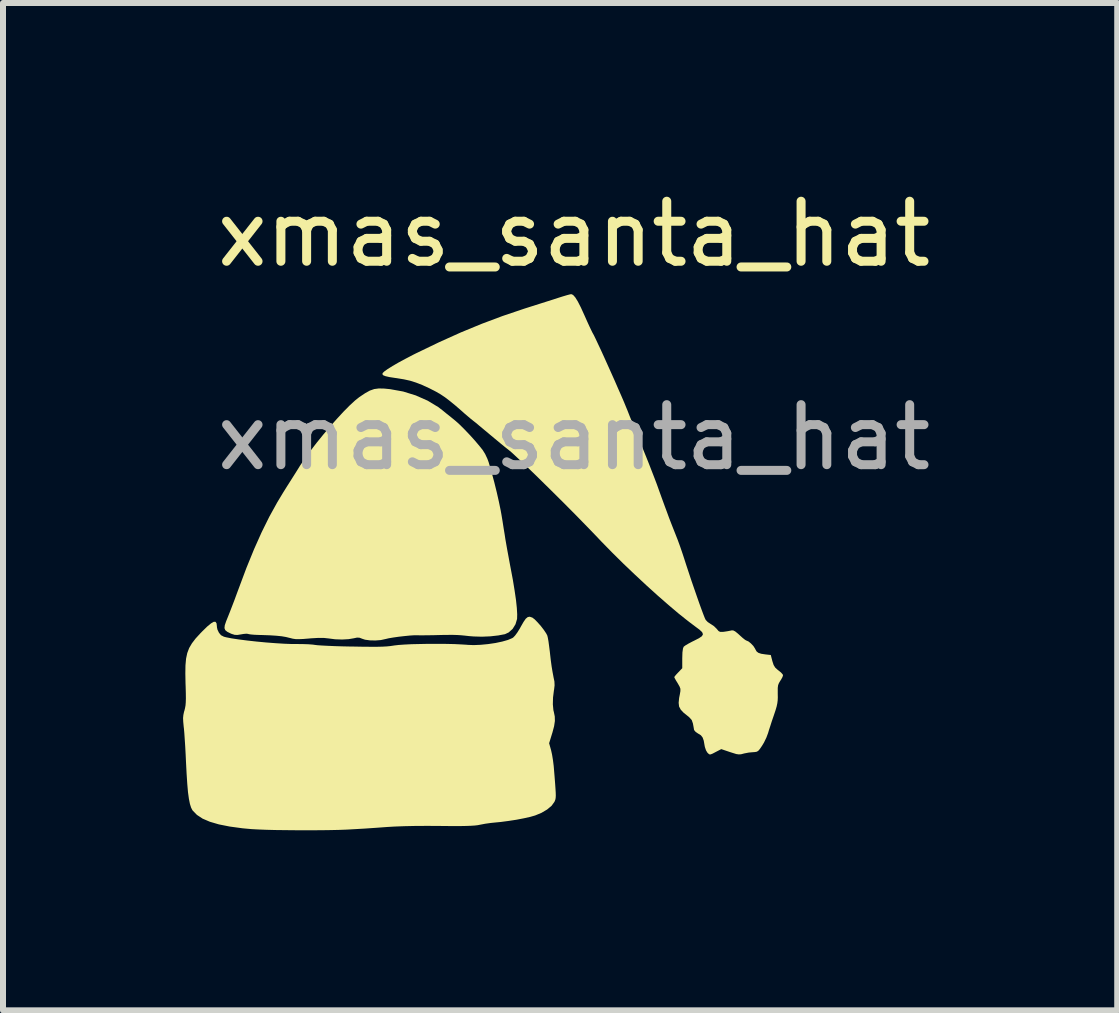
<source format=kicad_pcb>
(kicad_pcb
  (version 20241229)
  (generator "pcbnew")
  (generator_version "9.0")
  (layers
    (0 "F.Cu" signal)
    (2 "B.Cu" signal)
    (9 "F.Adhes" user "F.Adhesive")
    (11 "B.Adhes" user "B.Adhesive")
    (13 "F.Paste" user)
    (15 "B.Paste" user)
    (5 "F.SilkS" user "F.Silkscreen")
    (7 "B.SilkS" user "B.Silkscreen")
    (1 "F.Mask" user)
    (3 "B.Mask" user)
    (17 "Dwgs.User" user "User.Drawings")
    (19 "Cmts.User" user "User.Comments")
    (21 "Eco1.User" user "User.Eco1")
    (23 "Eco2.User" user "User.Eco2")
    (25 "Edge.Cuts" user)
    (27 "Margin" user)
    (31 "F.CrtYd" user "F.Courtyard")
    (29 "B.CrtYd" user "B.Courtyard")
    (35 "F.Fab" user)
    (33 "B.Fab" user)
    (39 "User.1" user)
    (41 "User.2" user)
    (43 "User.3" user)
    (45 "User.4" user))
  (footprint "xmas_santa_hat"
    (layer "F.Cu")
    (at 6.511 1.737)
    (property "Reference" "xmas_santa_hat" (at 0 -0.889 0) (unlocked yes) (layer "F.SilkS") (effects (font (size 1 1) (thickness 0.15))))
    (fp_poly (pts (xy -3.159 1.687) (xy -3.06 1.697) (xy -2.844 1.736) (xy -2.634 1.801) (xy -2.437 1.888) (xy -2.261 1.994) (xy -2.19 2.048) (xy -2.123 2.103) (xy -2.045 2.165) (xy -1.979 2.219) (xy -1.912 2.278) (xy -1.831 2.358) (xy -1.742 2.451) (xy -1.653 2.549) (xy -1.571 2.646) (xy -1.519 2.711) (xy -1.478 2.777) (xy -1.44 2.858) (xy -1.419 2.916) (xy -1.372 3.077) (xy -1.326 3.247) (xy -1.284 3.417) (xy -1.248 3.577) (xy -1.219 3.718) (xy -1.206 3.79) (xy -1.188 3.898) (xy -1.17 4.014) (xy -1.152 4.123) (xy -1.142 4.19) (xy -1.128 4.27) (xy -1.11 4.373) (xy -1.088 4.491) (xy -1.066 4.611) (xy -1.053 4.679) (xy -1.016 4.875) (xy -0.987 5.053) (xy -0.964 5.21) (xy -0.95 5.343) (xy -0.944 5.448) (xy -0.946 5.523) (xy -0.946 5.525) (xy -0.972 5.613) (xy -1.02 5.691) (xy -1.086 5.75) (xy -1.148 5.779) (xy -1.259 5.8) (xy -1.392 5.815) (xy -1.533 5.821) (xy -1.67 5.817) (xy -1.746 5.811) (xy -1.817 5.803) (xy -1.879 5.797) (xy -1.94 5.793) (xy -2.006 5.791) (xy -2.085 5.791) (xy -2.184 5.792) (xy -2.31 5.795) (xy -2.341 5.796) (xy -2.43 5.797) (xy -2.51 5.798) (xy -2.572 5.798) (xy -2.607 5.797) (xy -2.607 5.797) (xy -2.659 5.797) (xy -2.735 5.802) (xy -2.825 5.811) (xy -2.921 5.822) (xy -3.012 5.835) (xy -3.088 5.848) (xy -3.138 5.86) (xy -3.139 5.86) (xy -3.216 5.877) (xy -3.306 5.884) (xy -3.398 5.882) (xy -3.479 5.871) (xy -3.527 5.855) (xy -3.571 5.838) (xy -3.613 5.836) (xy -3.665 5.847) (xy -3.753 5.862) (xy -3.862 5.868) (xy -3.977 5.864) (xy -4.086 5.85) (xy -4.087 5.85) (xy -4.161 5.842) (xy -4.256 5.841) (xy -4.379 5.848) (xy -4.411 5.851) (xy -4.51 5.859) (xy -4.582 5.862) (xy -4.637 5.861) (xy -4.684 5.854) (xy -4.731 5.842) (xy -4.736 5.841) (xy -4.797 5.826) (xy -4.867 5.814) (xy -4.954 5.805) (xy -5.062 5.798) (xy -5.198 5.793) (xy -5.245 5.792) (xy -5.319 5.789) (xy -5.379 5.784) (xy -5.418 5.778) (xy -5.425 5.775) (xy -5.453 5.771) (xy -5.502 5.775) (xy -5.543 5.782) (xy -5.605 5.792) (xy -5.651 5.79) (xy -5.7 5.775) (xy -5.721 5.766) (xy -5.775 5.739) (xy -5.808 5.712) (xy -5.821 5.678) (xy -5.816 5.631) (xy -5.793 5.563) (xy -5.766 5.496) (xy -5.736 5.421) (xy -5.698 5.323) (xy -5.655 5.211) (xy -5.612 5.094) (xy -5.583 5.016) (xy -5.455 4.674) (xy -5.328 4.363) (xy -5.202 4.081) (xy -5.074 3.822) (xy -4.942 3.583) (xy -4.842 3.417) (xy -4.777 3.313) (xy -4.704 3.198) (xy -4.633 3.086) (xy -4.572 2.988) (xy -4.563 2.973) (xy -4.484 2.856) (xy -4.391 2.728) (xy -4.287 2.592) (xy -4.175 2.454) (xy -4.06 2.318) (xy -3.945 2.188) (xy -3.836 2.07) (xy -3.734 1.967) (xy -3.645 1.885) (xy -3.576 1.83) (xy -3.479 1.765) (xy -3.4 1.721) (xy -3.326 1.695) (xy -3.25 1.685)) (stroke (width 0) (type solid)) (fill yes) (layer "F.SilkS"))
    (fp_poly (pts (xy -0.697 5.501) (xy -0.691 5.503) (xy -0.653 5.532) (xy -0.604 5.582) (xy -0.55 5.643) (xy -0.5 5.708) (xy -0.461 5.766) (xy -0.442 5.803) (xy -0.434 5.837) (xy -0.423 5.898) (xy -0.412 5.98) (xy -0.4 6.074) (xy -0.396 6.112) (xy -0.384 6.216) (xy -0.37 6.319) (xy -0.355 6.409) (xy -0.342 6.477) (xy -0.34 6.49) (xy -0.324 6.566) (xy -0.321 6.63) (xy -0.329 6.7) (xy -0.332 6.714) (xy -0.347 6.834) (xy -0.35 6.948) (xy -0.341 7.045) (xy -0.333 7.077) (xy -0.318 7.15) (xy -0.316 7.225) (xy -0.329 7.312) (xy -0.358 7.421) (xy -0.362 7.433) (xy -0.412 7.596) (xy -0.379 7.714) (xy -0.363 7.786) (xy -0.348 7.878) (xy -0.336 7.974) (xy -0.333 8.009) (xy -0.321 8.154) (xy -0.312 8.269) (xy -0.306 8.357) (xy -0.302 8.422) (xy -0.301 8.47) (xy -0.303 8.504) (xy -0.307 8.53) (xy -0.314 8.55) (xy -0.323 8.571) (xy -0.326 8.576) (xy -0.371 8.638) (xy -0.445 8.7) (xy -0.54 8.756) (xy -0.644 8.799) (xy -0.727 8.823) (xy -0.835 8.847) (xy -0.96 8.871) (xy -1.091 8.891) (xy -1.219 8.908) (xy -1.293 8.915) (xy -1.382 8.924) (xy -1.475 8.937) (xy -1.554 8.952) (xy -1.56 8.953) (xy -1.6 8.961) (xy -1.65 8.967) (xy -1.712 8.971) (xy -1.791 8.974) (xy -1.892 8.976) (xy -2.018 8.976) (xy -2.174 8.975) (xy -2.234 8.974) (xy -2.443 8.973) (xy -2.642 8.974) (xy -2.824 8.978) (xy -2.984 8.984) (xy -3.105 8.991) (xy -3.31 9.006) (xy -3.486 9.018) (xy -3.642 9.027) (xy -3.783 9.035) (xy -3.918 9.04) (xy -4.054 9.043) (xy -4.197 9.045) (xy -4.356 9.046) (xy -4.536 9.046) (xy -4.593 9.046) (xy -4.799 9.044) (xy -4.975 9.042) (xy -5.125 9.038) (xy -5.254 9.033) (xy -5.367 9.027) (xy -5.468 9.018) (xy -5.521 9.013) (xy -5.734 8.984) (xy -5.915 8.948) (xy -6.065 8.904) (xy -6.186 8.852) (xy -6.28 8.79) (xy -6.349 8.719) (xy -6.355 8.712) (xy -6.377 8.669) (xy -6.397 8.606) (xy -6.414 8.52) (xy -6.429 8.41) (xy -6.441 8.272) (xy -6.452 8.103) (xy -6.462 7.911) (xy -6.468 7.781) (xy -6.475 7.651) (xy -6.483 7.531) (xy -6.49 7.427) (xy -6.497 7.347) (xy -6.5 7.325) (xy -6.508 7.24) (xy -6.511 7.177) (xy -6.506 7.126) (xy -6.495 7.073) (xy -6.488 7.051) (xy -6.478 7.01) (xy -6.47 6.966) (xy -6.466 6.915) (xy -6.464 6.85) (xy -6.465 6.764) (xy -6.468 6.651) (xy -6.47 6.598) (xy -6.473 6.434) (xy -6.471 6.299) (xy -6.461 6.187) (xy -6.441 6.093) (xy -6.409 6.009) (xy -6.363 5.931) (xy -6.302 5.851) (xy -6.223 5.765) (xy -6.19 5.731) (xy -6.108 5.651) (xy -6.045 5.599) (xy -6 5.573) (xy -5.97 5.573) (xy -5.953 5.599) (xy -5.947 5.65) (xy -5.947 5.661) (xy -5.938 5.703) (xy -5.915 5.751) (xy -5.913 5.755) (xy -5.879 5.796) (xy -5.831 5.821) (xy -5.793 5.831) (xy -5.701 5.849) (xy -5.581 5.867) (xy -5.44 5.885) (xy -5.287 5.902) (xy -5.128 5.917) (xy -4.972 5.929) (xy -4.827 5.938) (xy -4.698 5.943) (xy -4.606 5.943) (xy -4.514 5.944) (xy -4.423 5.947) (xy -4.347 5.953) (xy -4.313 5.958) (xy -4.27 5.963) (xy -4.197 5.968) (xy -4.1 5.973) (xy -3.983 5.978) (xy -3.853 5.982) (xy -3.715 5.985) (xy -3.682 5.985) (xy -3.518 5.988) (xy -3.385 5.989) (xy -3.277 5.989) (xy -3.19 5.987) (xy -3.118 5.983) (xy -3.058 5.977) (xy -3.003 5.969) (xy -2.991 5.967) (xy -2.922 5.959) (xy -2.824 5.952) (xy -2.704 5.946) (xy -2.567 5.943) (xy -2.421 5.94) (xy -2.272 5.94) (xy -2.126 5.941) (xy -1.99 5.944) (xy -1.871 5.95) (xy -1.774 5.956) (xy -1.773 5.957) (xy -1.669 5.961) (xy -1.552 5.956) (xy -1.428 5.944) (xy -1.306 5.926) (xy -1.193 5.902) (xy -1.098 5.875) (xy -1.027 5.845) (xy -1.01 5.834) (xy -0.98 5.803) (xy -0.941 5.75) (xy -0.9 5.684) (xy -0.885 5.656) (xy -0.838 5.574) (xy -0.801 5.521) (xy -0.768 5.494) (xy -0.735 5.488)) (stroke (width 0) (type solid)) (fill yes) (layer "F.SilkS"))
    (fp_poly (pts (xy -0.013 0.127) (xy 0.023 0.167) (xy 0.066 0.236) (xy 0.117 0.336) (xy 0.177 0.468) (xy 0.182 0.479) (xy 0.222 0.569) (xy 0.259 0.65) (xy 0.29 0.715) (xy 0.311 0.758) (xy 0.317 0.768) (xy 0.334 0.799) (xy 0.363 0.859) (xy 0.402 0.942) (xy 0.45 1.044) (xy 0.503 1.16) (xy 0.56 1.287) (xy 0.619 1.418) (xy 0.678 1.55) (xy 0.734 1.679) (xy 0.787 1.799) (xy 0.833 1.906) (xy 0.87 1.996) (xy 0.896 2.059) (xy 0.93 2.146) (xy 0.975 2.257) (xy 1.026 2.383) (xy 1.079 2.516) (xy 1.132 2.646) (xy 1.146 2.68) (xy 1.198 2.808) (xy 1.251 2.94) (xy 1.301 3.069) (xy 1.346 3.185) (xy 1.382 3.28) (xy 1.39 3.302) (xy 1.429 3.411) (xy 1.472 3.53) (xy 1.514 3.645) (xy 1.546 3.731) (xy 1.584 3.835) (xy 1.628 3.949) (xy 1.671 4.058) (xy 1.692 4.111) (xy 1.729 4.205) (xy 1.77 4.317) (xy 1.809 4.431) (xy 1.834 4.507) (xy 1.873 4.628) (xy 1.916 4.758) (xy 1.96 4.891) (xy 2.006 5.024) (xy 2.05 5.151) (xy 2.091 5.268) (xy 2.128 5.37) (xy 2.159 5.453) (xy 2.182 5.511) (xy 2.196 5.54) (xy 2.196 5.541) (xy 2.231 5.577) (xy 2.279 5.609) (xy 2.283 5.611) (xy 2.335 5.646) (xy 2.381 5.691) (xy 2.383 5.694) (xy 2.411 5.727) (xy 2.438 5.741) (xy 2.48 5.741) (xy 2.506 5.738) (xy 2.565 5.729) (xy 2.615 5.719) (xy 2.627 5.716) (xy 2.654 5.716) (xy 2.688 5.733) (xy 2.735 5.771) (xy 2.762 5.796) (xy 2.811 5.84) (xy 2.851 5.872) (xy 2.875 5.886) (xy 2.877 5.886) (xy 2.909 5.9) (xy 2.95 5.933) (xy 2.991 5.976) (xy 3.019 6.02) (xy 3.022 6.027) (xy 3.043 6.065) (xy 3.073 6.089) (xy 3.12 6.105) (xy 3.192 6.116) (xy 3.281 6.126) (xy 3.307 6.227) (xy 3.328 6.292) (xy 3.355 6.336) (xy 3.398 6.375) (xy 3.409 6.383) (xy 3.452 6.418) (xy 3.48 6.45) (xy 3.485 6.463) (xy 3.476 6.493) (xy 3.452 6.537) (xy 3.439 6.556) (xy 3.417 6.593) (xy 3.403 6.629) (xy 3.397 6.674) (xy 3.397 6.74) (xy 3.397 6.774) (xy 3.398 6.833) (xy 3.396 6.882) (xy 3.39 6.929) (xy 3.379 6.982) (xy 3.36 7.047) (xy 3.332 7.131) (xy 3.296 7.236) (xy 3.276 7.299) (xy 3.251 7.375) (xy 3.236 7.426) (xy 3.208 7.501) (xy 3.168 7.584) (xy 3.135 7.639) (xy 3.098 7.693) (xy 3.07 7.725) (xy 3.042 7.739) (xy 3.005 7.744) (xy 2.987 7.745) (xy 2.917 7.751) (xy 2.843 7.765) (xy 2.827 7.769) (xy 2.785 7.78) (xy 2.748 7.782) (xy 2.706 7.776) (xy 2.648 7.758) (xy 2.601 7.743) (xy 2.456 7.694) (xy 2.367 7.74) (xy 2.312 7.769) (xy 2.279 7.782) (xy 2.259 7.782) (xy 2.24 7.768) (xy 2.225 7.753) (xy 2.202 7.715) (xy 2.183 7.659) (xy 2.178 7.633) (xy 2.164 7.553) (xy 2.145 7.5) (xy 2.117 7.464) (xy 2.076 7.438) (xy 2.073 7.437) (xy 2.03 7.408) (xy 2.004 7.377) (xy 2.002 7.37) (xy 1.995 7.328) (xy 1.985 7.274) (xy 1.984 7.268) (xy 1.964 7.21) (xy 1.92 7.161) (xy 1.909 7.152) (xy 1.831 7.09) (xy 1.781 7.037) (xy 1.753 6.984) (xy 1.746 6.922) (xy 1.754 6.841) (xy 1.765 6.786) (xy 1.775 6.728) (xy 1.775 6.688) (xy 1.761 6.651) (xy 1.732 6.6) (xy 1.729 6.595) (xy 1.699 6.546) (xy 1.679 6.509) (xy 1.673 6.494) (xy 1.685 6.476) (xy 1.714 6.442) (xy 1.74 6.415) (xy 1.806 6.346) (xy 1.806 6.181) (xy 1.809 6.083) (xy 1.818 6.018) (xy 1.83 5.988) (xy 1.856 5.968) (xy 1.906 5.938) (xy 1.97 5.904) (xy 2.003 5.888) (xy 2.085 5.846) (xy 2.134 5.812) (xy 2.151 5.78) (xy 2.137 5.745) (xy 2.092 5.703) (xy 2.034 5.66) (xy 1.9 5.559) (xy 1.746 5.436) (xy 1.577 5.293) (xy 1.395 5.134) (xy 1.207 4.964) (xy 1.015 4.785) (xy 0.823 4.602) (xy 0.636 4.417) (xy 0.458 4.235) (xy 0.366 4.138) (xy 0.265 4.033) (xy 0.152 3.917) (xy 0.029 3.791) (xy -0.101 3.66) (xy -0.235 3.526) (xy -0.37 3.392) (xy -0.502 3.262) (xy -0.628 3.138) (xy -0.747 3.023) (xy -0.853 2.922) (xy -0.945 2.836) (xy -1.018 2.768) (xy -1.071 2.722) (xy -1.08 2.715) (xy -1.144 2.664) (xy -1.225 2.598) (xy -1.314 2.524) (xy -1.403 2.45) (xy -1.424 2.432) (xy -1.501 2.368) (xy -1.572 2.309) (xy -1.63 2.26) (xy -1.671 2.228) (xy -1.682 2.219) (xy -1.715 2.193) (xy -1.767 2.149) (xy -1.828 2.097) (xy -1.861 2.067) (xy -1.973 1.97) (xy -2.066 1.894) (xy -2.147 1.832) (xy -2.222 1.782) (xy -2.298 1.738) (xy -2.382 1.695) (xy -2.403 1.684) (xy -2.525 1.628) (xy -2.63 1.587) (xy -2.728 1.556) (xy -2.832 1.533) (xy -2.955 1.513) (xy -2.978 1.51) (xy -3.075 1.495) (xy -3.14 1.48) (xy -3.177 1.465) (xy -3.19 1.447) (xy -3.185 1.428) (xy -3.157 1.401) (xy -3.101 1.361) (xy -3.021 1.311) (xy -2.921 1.253) (xy -2.804 1.19) (xy -2.676 1.123) (xy -2.626 1.098) (xy -2.246 0.915) (xy -1.884 0.752) (xy -1.535 0.608) (xy -1.191 0.479) (xy -0.845 0.362) (xy -0.818 0.353) (xy -0.695 0.314) (xy -0.569 0.274) (xy -0.449 0.236) (xy -0.345 0.203) (xy -0.265 0.177) (xy -0.259 0.175) (xy -0.18 0.15) (xy -0.112 0.13) (xy -0.063 0.117) (xy -0.042 0.114)) (stroke (width 0) (type solid)) (fill yes) (layer "F.SilkS"))
    (fp_text user "${REFERENCE}" (at 0 2.5 0) (unlocked yes) (layer "F.Fab") (effects (font (size 1 1) (thickness 0.15)))))
  (gr_rect
    (start -3 -3)
    (end 15.564 13.783)
    (stroke (width 0.1) (type default))
    (fill no)
    (layer "Edge.Cuts")))
</source>
